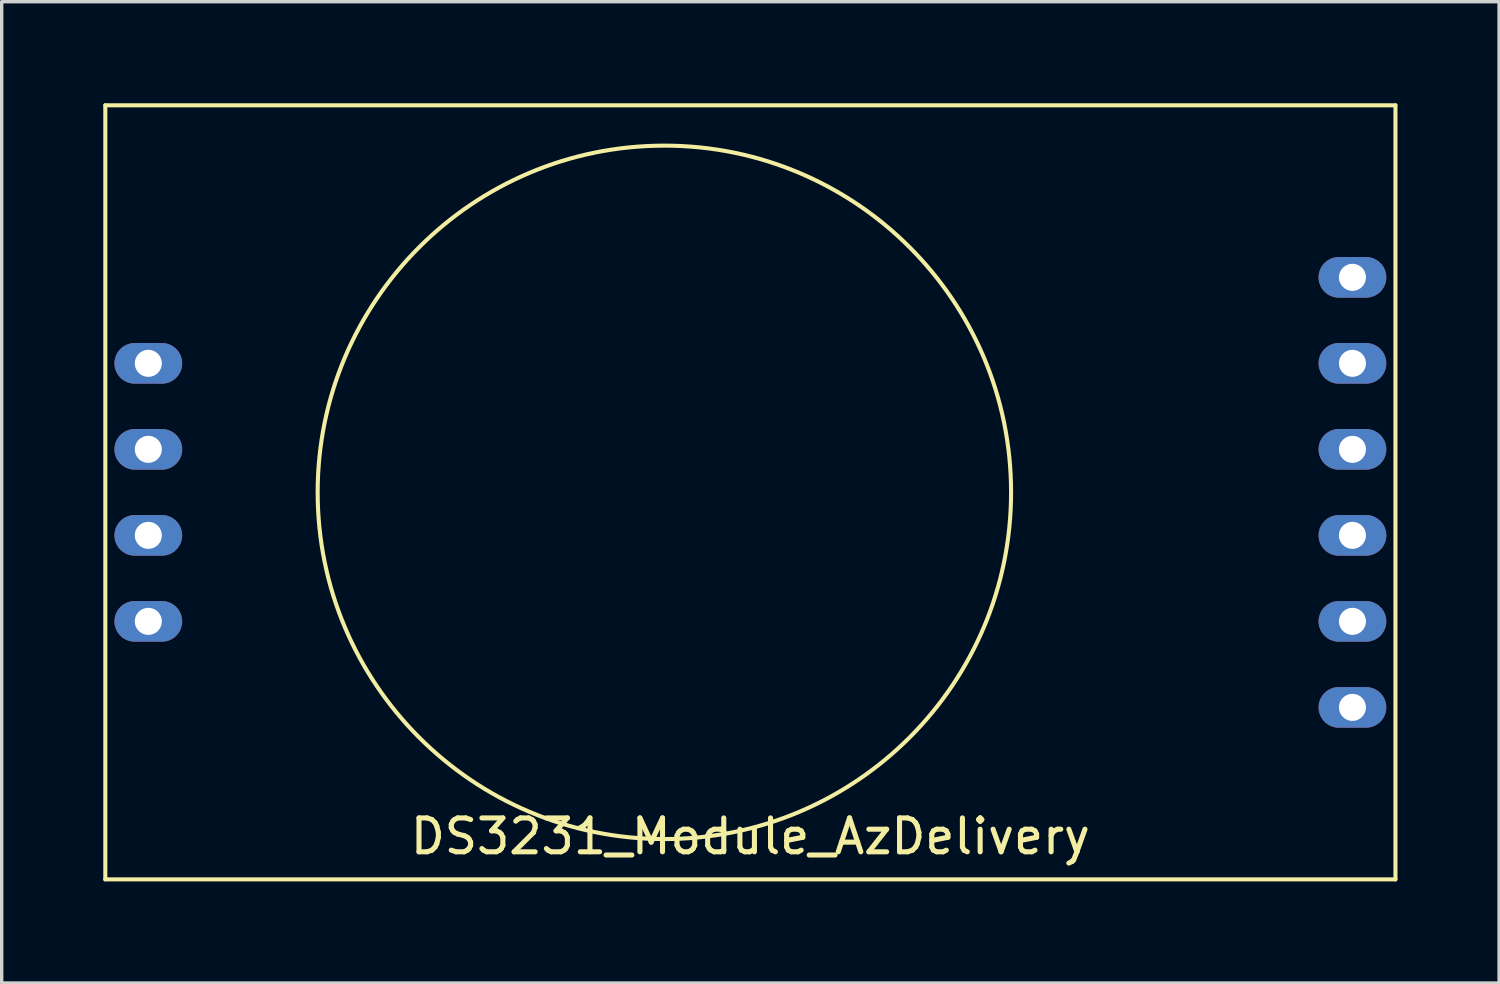
<source format=kicad_pcb>
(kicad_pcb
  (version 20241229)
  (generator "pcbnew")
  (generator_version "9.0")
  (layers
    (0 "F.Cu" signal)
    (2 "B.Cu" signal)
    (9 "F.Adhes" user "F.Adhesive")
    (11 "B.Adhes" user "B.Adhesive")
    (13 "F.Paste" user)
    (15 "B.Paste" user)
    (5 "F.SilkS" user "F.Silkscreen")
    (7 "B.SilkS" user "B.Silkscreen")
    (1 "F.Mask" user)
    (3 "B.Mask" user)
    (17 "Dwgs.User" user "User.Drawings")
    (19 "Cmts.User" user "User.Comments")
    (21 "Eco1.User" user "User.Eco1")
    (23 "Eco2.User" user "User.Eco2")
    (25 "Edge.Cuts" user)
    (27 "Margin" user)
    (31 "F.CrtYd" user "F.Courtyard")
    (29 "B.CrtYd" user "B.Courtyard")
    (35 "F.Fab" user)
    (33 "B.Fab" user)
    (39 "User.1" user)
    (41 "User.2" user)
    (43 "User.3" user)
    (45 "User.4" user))
  (footprint "DS3231_Module_AzDelivery"
    (layer "F.Cu")
    (at 19.11 11.49)
    (property "Reference" "DS3231_Module_AzDelivery" (at 0 10.16 0) (layer "F.SilkS") (effects (font (size 1 1) (thickness 0.15))))
    (attr through_hole)
    (fp_line (start -19.05 -11.43) (end -19.05 11.43) (stroke (width 0.12) (type solid)) (layer "F.SilkS"))
    (fp_line (start -19.05 11.43) (end 19.05 11.43) (stroke (width 0.12) (type solid)) (layer "F.SilkS"))
    (fp_line (start 19.05 -11.43) (end -19.05 -11.43) (stroke (width 0.12) (type solid)) (layer "F.SilkS"))
    (fp_line (start 19.05 11.43) (end 19.05 -11.43) (stroke (width 0.12) (type solid)) (layer "F.SilkS"))
    (fp_circle (center -2.54 0) (end 2.54 -8.89) (stroke (width 0.12) (type solid)) (fill no) (layer "F.SilkS"))
    (pad "1" thru_hole oval (at 17.78 -6.35) (size 2 1.2) (drill 0.8) (layers "*.Cu" "*.Mask"))
    (pad "2" thru_hole oval (at 17.78 -3.81) (size 2 1.2) (drill 0.8) (layers "*.Cu" "*.Mask"))
    (pad "3" thru_hole oval (at -17.78 -3.81) (size 2 1.2) (drill 0.8) (layers "*.Cu" "*.Mask"))
    (pad "3" thru_hole oval (at 17.78 -1.27) (size 2 1.2) (drill 0.8) (layers "*.Cu" "*.Mask"))
    (pad "4" thru_hole oval (at -17.78 -1.27) (size 2 1.2) (drill 0.8) (layers "*.Cu" "*.Mask"))
    (pad "4" thru_hole oval (at 17.78 1.27) (size 2 1.2) (drill 0.8) (layers "*.Cu" "*.Mask"))
    (pad "5" thru_hole oval (at -17.78 1.27) (size 2 1.2) (drill 0.8) (layers "*.Cu" "*.Mask"))
    (pad "5" thru_hole oval (at 17.78 3.81) (size 2 1.2) (drill 0.8) (layers "*.Cu" "*.Mask"))
    (pad "6" thru_hole oval (at -17.78 3.81) (size 2 1.2) (drill 0.8) (layers "*.Cu" "*.Mask"))
    (pad "6" thru_hole oval (at 17.78 6.35) (size 2 1.2) (drill 0.8) (layers "*.Cu" "*.Mask")))
  (gr_rect
    (start -3 -3)
    (end 41.22 25.98)
    (stroke (width 0.1) (type default))
    (fill no)
    (layer "Edge.Cuts")))
</source>
